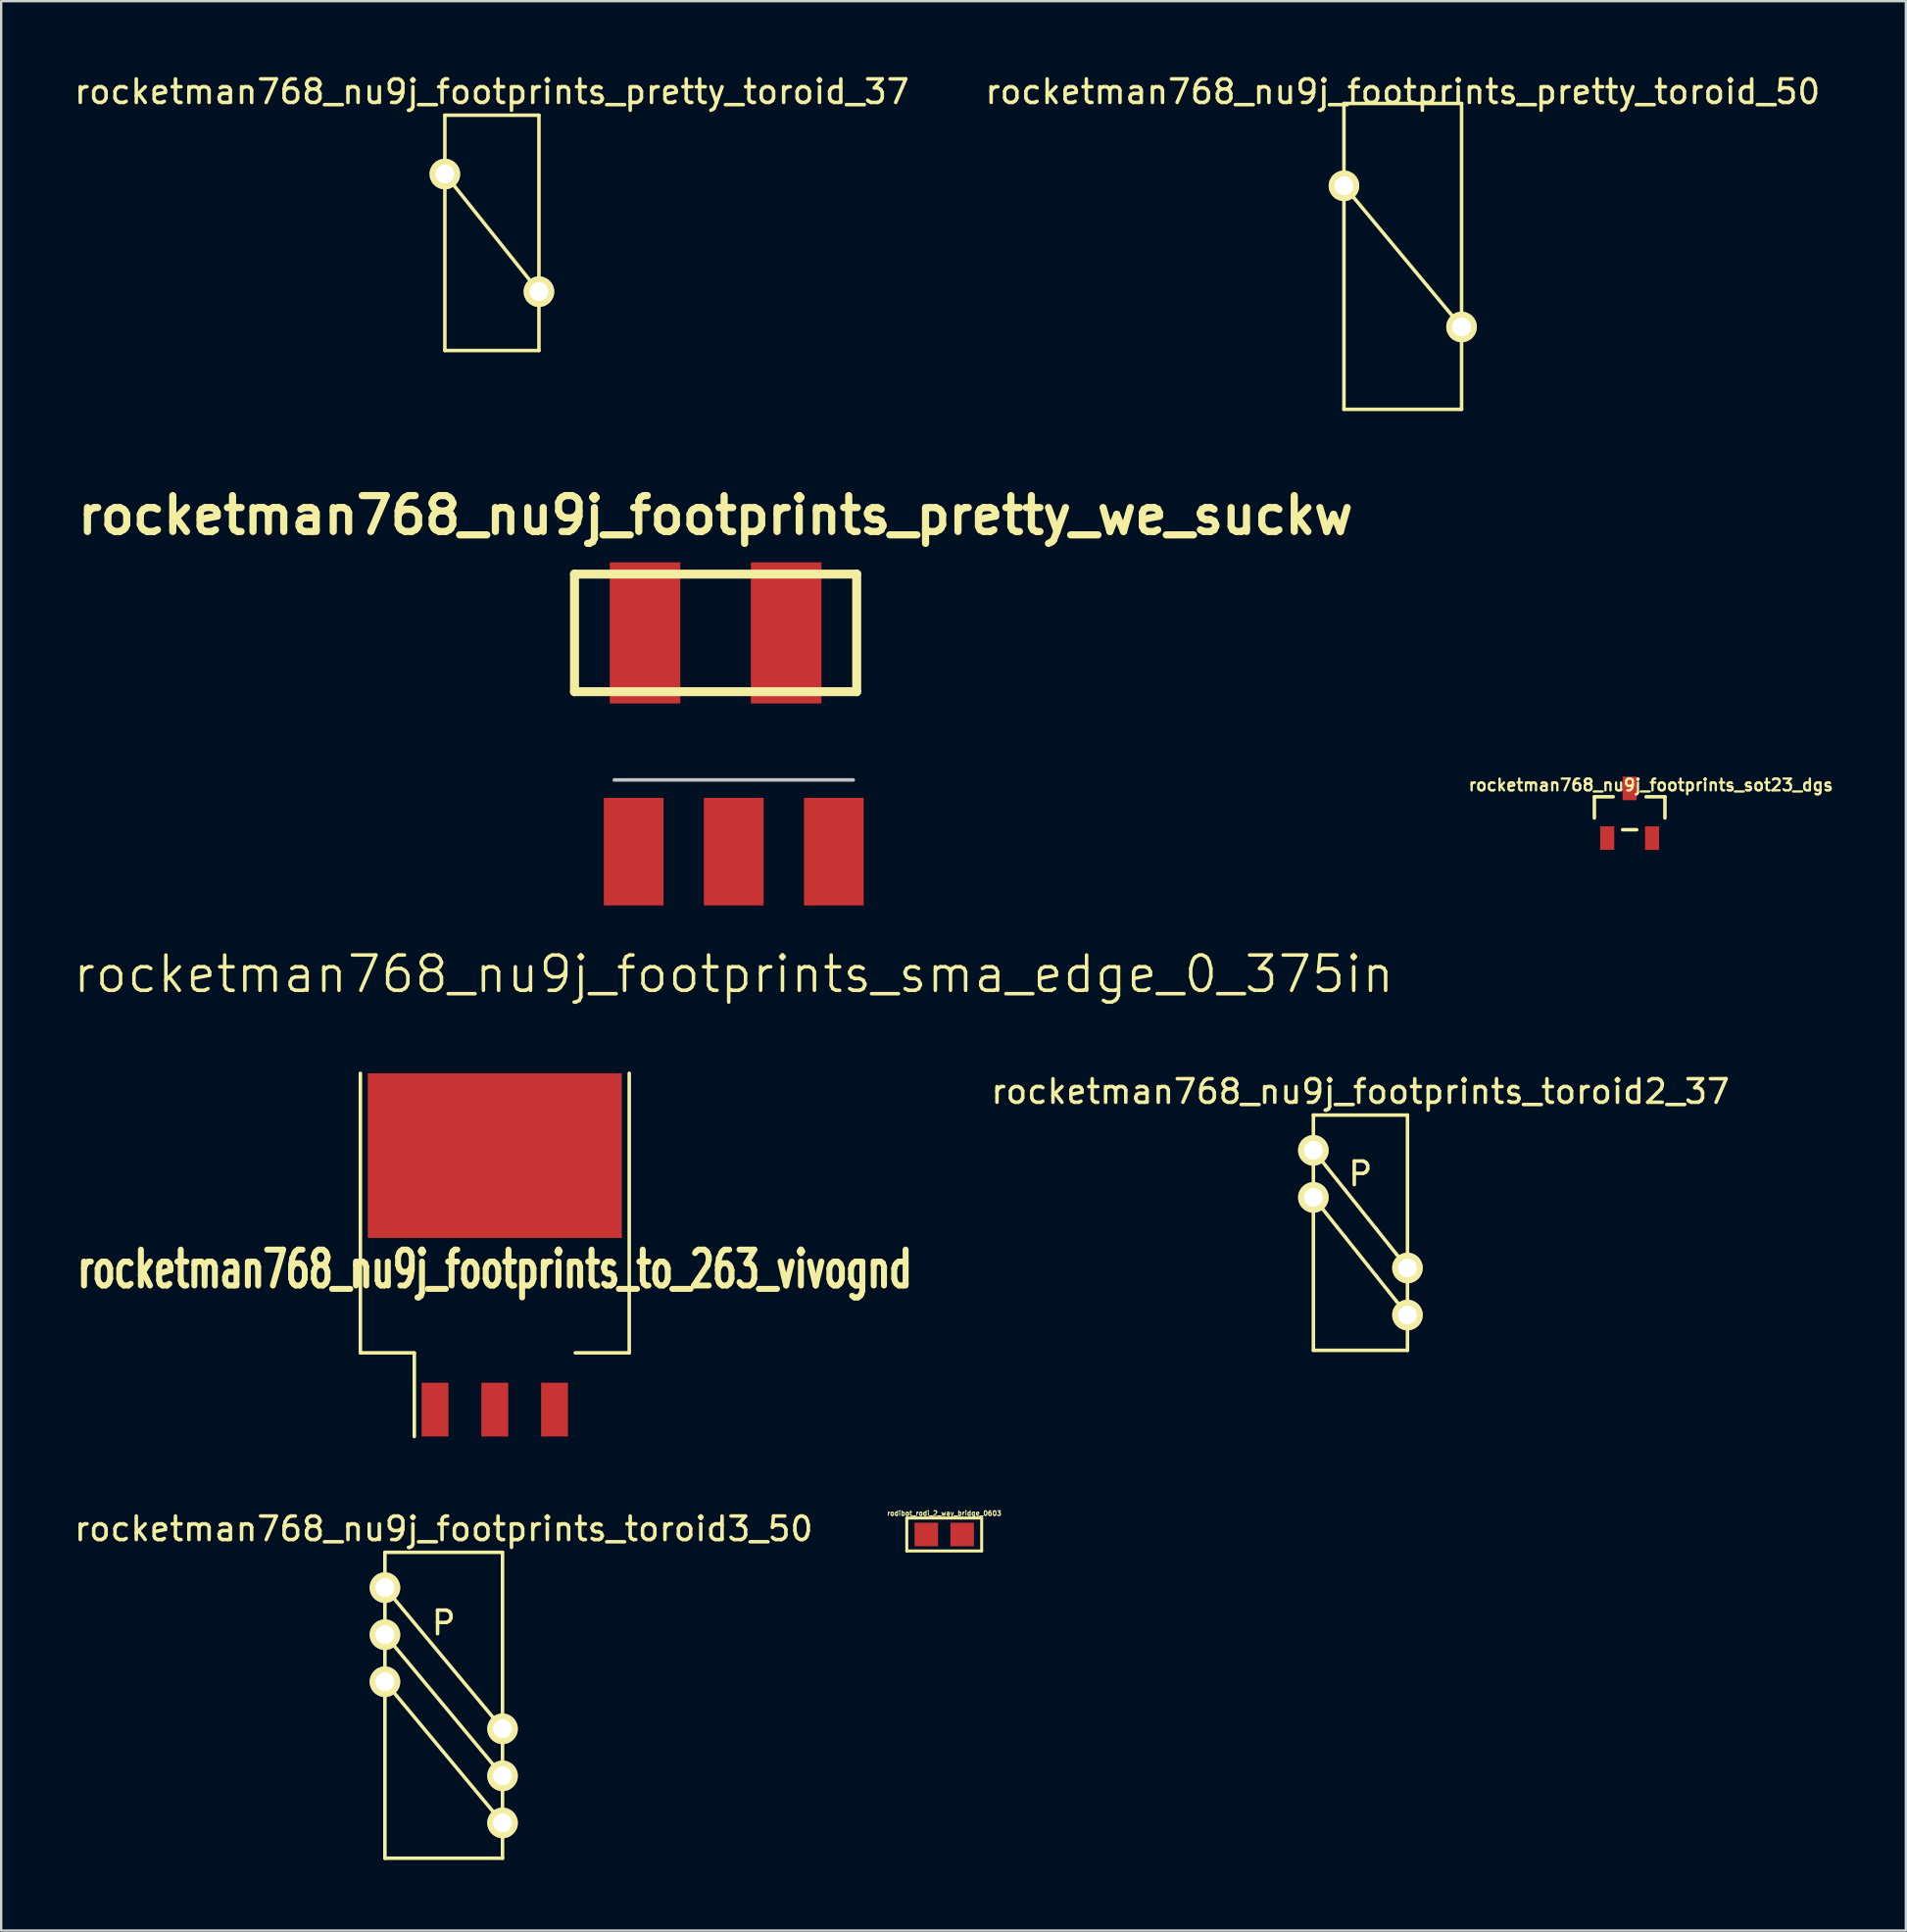
<source format=kicad_pcb>
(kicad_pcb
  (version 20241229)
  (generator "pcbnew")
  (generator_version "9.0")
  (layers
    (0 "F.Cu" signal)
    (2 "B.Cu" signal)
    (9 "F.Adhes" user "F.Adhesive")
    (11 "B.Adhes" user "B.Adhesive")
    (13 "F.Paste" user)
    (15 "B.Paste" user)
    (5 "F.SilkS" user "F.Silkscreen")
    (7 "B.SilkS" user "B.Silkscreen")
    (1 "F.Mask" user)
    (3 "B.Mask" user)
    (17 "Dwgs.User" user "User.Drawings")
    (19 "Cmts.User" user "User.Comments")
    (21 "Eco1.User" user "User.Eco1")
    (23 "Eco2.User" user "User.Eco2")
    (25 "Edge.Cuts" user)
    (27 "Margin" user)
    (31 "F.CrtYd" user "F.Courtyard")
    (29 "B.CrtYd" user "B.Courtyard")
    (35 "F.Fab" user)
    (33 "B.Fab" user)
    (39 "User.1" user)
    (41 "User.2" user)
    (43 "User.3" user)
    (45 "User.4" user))
  (footprint "rocketman768_nu9j_footprints_sma_edge_0_375in"
    (layer "F.Cu")
    (at 28.146 30.101)
    (property "Reference" "rocketman768_nu9j_footprints_sma_edge_0_375in" (at 0 8.255 0) (layer "F.SilkS") (effects (font (size 1.5 1.5) (thickness 0.15))))
    (attr through_hole)
    (fp_line (start -5.08 0) (end 5.08 0) (stroke (width 0.15) (type solid)) (layer "Dwgs.User"))
    (pad "1" smd rect (at 0 3.048) (size 2.54 4.572) (layers "F.Cu" "F.Mask" "F.Paste"))
    (pad "2" smd rect (at -4.255 3.048) (size 2.54 4.572) (layers "F.Cu" "F.Mask" "F.Paste"))
    (pad "2" smd rect (at 4.255 3.048) (size 2.54 4.572) (layers "F.Cu" "F.Mask" "F.Paste")))
  (footprint "rocketman768_nu9j_footprints_sot23_dgs"
    (layer "F.Cu")
    (at 66.235 31.517)
    (property "Reference" "rocketman768_nu9j_footprints_sot23_dgs" (at 0.9 -1.2 0) (layer "F.SilkS") (effects (font (size 0.5 0.5) (thickness 0.099))))
    (attr smd)
    (fp_line (start -1.5 -0.7) (end -0.7 -0.7) (stroke (width 0.15) (type solid)) (layer "F.SilkS"))
    (fp_line (start -1.5 0.2) (end -1.5 -0.7) (stroke (width 0.15) (type solid)) (layer "F.SilkS"))
    (fp_line (start 0.3 0.7) (end -0.3 0.7) (stroke (width 0.15) (type solid)) (layer "F.SilkS"))
    (fp_line (start 1.5 -0.7) (end 0.7 -0.7) (stroke (width 0.15) (type solid)) (layer "F.SilkS"))
    (fp_line (start 1.5 0.2) (end 1.5 -0.7) (stroke (width 0.15) (type solid)) (layer "F.SilkS"))
    (pad "D" smd rect (at 0 -1.057) (size 0.599 1.001) (layers "F.Cu" "F.Mask" "F.Paste"))
    (pad "G" smd rect (at -0.953 1.057) (size 0.599 1.001) (layers "F.Cu" "F.Mask" "F.Paste"))
    (pad "S" smd rect (at 0.953 1.057) (size 0.599 1.001) (layers "F.Cu" "F.Mask" "F.Paste")))
  (footprint "rocketman768_nu9j_footprints_to_263_vivognd"
    (layer "F.Cu")
    (at 17.987 56.865)
    (property "Reference" "rocketman768_nu9j_footprints_to_263_vivognd" (at 0 -5.969 0) (layer "F.SilkS") (effects (font (size 1.524 1.016) (thickness 0.254))))
    (attr smd)
    (fp_line (start -5.715 -2.413) (end -5.715 -14.294) (stroke (width 0.15) (type solid)) (layer "F.SilkS"))
    (fp_line (start -5.715 -2.413) (end -3.422 -2.413) (stroke (width 0.15) (type solid)) (layer "F.SilkS"))
    (fp_line (start -3.422 -2.4) (end -3.422 1.143) (stroke (width 0.15) (type solid)) (layer "F.SilkS"))
    (fp_line (start 3.422 -2.413) (end 5.715 -2.413) (stroke (width 0.15) (type solid)) (layer "F.SilkS"))
    (fp_line (start 5.715 -14.294) (end 5.715 -2.413) (stroke (width 0.15) (type solid)) (layer "F.SilkS"))
    (pad "GND" smd rect (at 0 -10.795) (size 10.8 6.998) (layers "F.Cu" "F.Mask" "F.Paste"))
    (pad "GND" smd rect (at 0 0) (size 1.143 2.286) (layers "F.Cu" "F.Mask" "F.Paste"))
    (pad "VI" smd rect (at -2.54 0) (size 1.143 2.286) (layers "F.Cu" "F.Mask" "F.Paste"))
    (pad "VO" smd rect (at 2.54 0) (size 1.143 2.286) (layers "F.Cu" "F.Mask" "F.Paste")))
  (footprint "rocketman768_nu9j_footprints_pretty_toroid_37"
    (layer "F.Cu")
    (at 17.863 6.848)
    (property "Reference" "rocketman768_nu9j_footprints_pretty_toroid_37" (at 0 -6 0) (layer "F.SilkS") (effects (font (size 1 1) (thickness 0.15))))
    (attr through_hole)
    (fp_line (start -2 -5) (end -2 5) (stroke (width 0.15) (type solid)) (layer "F.SilkS"))
    (fp_line (start -2 -2.5) (end 2 2.5) (stroke (width 0.15) (type solid)) (layer "F.SilkS"))
    (fp_line (start -2 5) (end 2 5) (stroke (width 0.15) (type solid)) (layer "F.SilkS"))
    (fp_line (start 2 -5) (end -2 -5) (stroke (width 0.15) (type solid)) (layer "F.SilkS"))
    (fp_line (start 2 5) (end 2 -5) (stroke (width 0.15) (type solid)) (layer "F.SilkS"))
    (pad "1" thru_hole circle (at -2 -2.5) (size 1.3 1.3) (drill 0.8) (layers "*.Cu" "*.Mask" "F.SilkS"))
    (pad "2" thru_hole circle (at 2 2.5) (size 1.3 1.3) (drill 0.8) (layers "*.Cu" "*.Mask" "F.SilkS")))
  (footprint "rocketman768_nu9j_footprints_toroid2_37"
    (layer "F.Cu")
    (at 54.789 49.345)
    (property "Reference" "rocketman768_nu9j_footprints_toroid2_37" (at 0 -6 0) (layer "F.SilkS") (effects (font (size 1 1) (thickness 0.15))))
    (attr through_hole)
    (fp_line (start -2 -5) (end -2 5) (stroke (width 0.15) (type solid)) (layer "F.SilkS"))
    (fp_line (start -2 -3.5) (end 2 1.5) (stroke (width 0.15) (type solid)) (layer "F.SilkS"))
    (fp_line (start -2 -1.5) (end 2 3.5) (stroke (width 0.15) (type solid)) (layer "F.SilkS"))
    (fp_line (start -2 5) (end 2 5) (stroke (width 0.15) (type solid)) (layer "F.SilkS"))
    (fp_line (start 2 -5) (end -2 -5) (stroke (width 0.15) (type solid)) (layer "F.SilkS"))
    (fp_line (start 2 5) (end 2 -5) (stroke (width 0.15) (type solid)) (layer "F.SilkS"))
    (fp_text user "P" (at 0 -2.5 0) (layer "F.SilkS") (effects (font (size 1 1) (thickness 0.15))))
    (pad "1" thru_hole circle (at -2 -3.5) (size 1.3 1.3) (drill 0.8) (layers "*.Cu" "*.Mask" "F.SilkS"))
    (pad "2" thru_hole circle (at 2 1.5) (size 1.3 1.3) (drill 0.8) (layers "*.Cu" "*.Mask" "F.SilkS"))
    (pad "3" thru_hole circle (at -2 -1.5) (size 1.3 1.3) (drill 0.8) (layers "*.Cu" "*.Mask" "F.SilkS"))
    (pad "4" thru_hole circle (at 2 3.5) (size 1.3 1.3) (drill 0.8) (layers "*.Cu" "*.Mask" "F.SilkS")))
  (footprint "rocketman768_nu9j_footprints_pretty_we_suckw"
    (layer "F.Cu")
    (at 27.374 23.851)
    (property "Reference" "rocketman768_nu9j_footprints_pretty_we_suckw" (at 0 -5.001 0) (layer "F.SilkS") (effects (font (size 1.524 1.524) (thickness 0.305))))
    (attr through_hole)
    (fp_line (start -5.999 -2.499) (end -5.999 2.499) (stroke (width 0.381) (type solid)) (layer "F.SilkS"))
    (fp_line (start -5.999 2.499) (end 5.999 2.499) (stroke (width 0.381) (type solid)) (layer "F.SilkS"))
    (fp_line (start 5.999 -2.499) (end -5.999 -2.499) (stroke (width 0.381) (type solid)) (layer "F.SilkS"))
    (fp_line (start 5.999 2.499) (end 5.999 -2.499) (stroke (width 0.381) (type solid)) (layer "F.SilkS"))
    (pad "1" smd rect (at -3 0) (size 3 5.999) (layers "F.Cu" "F.Mask" "F.Paste"))
    (pad "2" smd rect (at 3 0) (size 3 5.999) (layers "F.Cu" "F.Mask" "F.Paste")))
  (footprint "rocketman768_nu9j_footprints_toroid3_50"
    (layer "F.Cu")
    (at 15.815 69.432)
    (property "Reference" "rocketman768_nu9j_footprints_toroid3_50" (at 0 -7.5 0) (layer "F.SilkS") (effects (font (size 1 1) (thickness 0.15))))
    (attr through_hole)
    (fp_line (start -2.5 -6.5) (end 2.5 -6.5) (stroke (width 0.15) (type solid)) (layer "F.SilkS"))
    (fp_line (start -2.5 -3) (end 2.5 3) (stroke (width 0.15) (type solid)) (layer "F.SilkS"))
    (fp_line (start -2.5 -1) (end 2.5 5) (stroke (width 0.15) (type solid)) (layer "F.SilkS"))
    (fp_line (start -2.5 6.5) (end -2.5 -6.5) (stroke (width 0.15) (type solid)) (layer "F.SilkS"))
    (fp_line (start 2.5 -6.5) (end 2.5 6.5) (stroke (width 0.15) (type solid)) (layer "F.SilkS"))
    (fp_line (start 2.5 1) (end -2.5 -5) (stroke (width 0.15) (type solid)) (layer "F.SilkS"))
    (fp_line (start 2.5 6.5) (end -2.5 6.5) (stroke (width 0.15) (type solid)) (layer "F.SilkS"))
    (fp_text user "P" (at 0 -3.5 0) (layer "F.SilkS") (effects (font (size 1 1) (thickness 0.15))))
    (pad "1" thru_hole circle (at -2.5 -5) (size 1.3 1.3) (drill 0.8) (layers "*.Cu" "*.Mask" "F.SilkS"))
    (pad "2" thru_hole circle (at 2.5 1) (size 1.3 1.3) (drill 0.8) (layers "*.Cu" "*.Mask" "F.SilkS"))
    (pad "3" thru_hole circle (at -2.5 -3) (size 1.3 1.3) (drill 0.8) (layers "*.Cu" "*.Mask" "F.SilkS"))
    (pad "4" thru_hole circle (at 2.5 3) (size 1.3 1.3) (drill 0.8) (layers "*.Cu" "*.Mask" "F.SilkS"))
    (pad "5" thru_hole circle (at -2.5 -1) (size 1.3 1.3) (drill 0.8) (layers "*.Cu" "*.Mask" "F.SilkS"))
    (pad "6" thru_hole circle (at 2.5 5) (size 1.3 1.3) (drill 0.8) (layers "*.Cu" "*.Mask" "F.SilkS")))
  (footprint "rodibot_rodi_2_way_bridge_0603"
    (layer "F.Cu")
    (at 37.094 62.172)
    (property "Reference" "rodibot_rodi_2_way_bridge_0603" (at 0 -0.9 0) (layer "F.SilkS") (effects (font (size 0.201 0.201) (thickness 0.041))))
    (attr through_hole)
    (fp_line (start -1.592 -0.7) (end -1.592 0.7) (stroke (width 0.127) (type solid)) (layer "F.SilkS"))
    (fp_line (start -1.592 -0.7) (end 1.592 -0.7) (stroke (width 0.127) (type solid)) (layer "F.SilkS"))
    (fp_line (start 1.592 -0.7) (end 1.592 0.7) (stroke (width 0.127) (type solid)) (layer "F.SilkS"))
    (fp_line (start 1.592 0.7) (end -1.592 0.7) (stroke (width 0.127) (type solid)) (layer "F.SilkS"))
    (pad "1" smd rect (at 0.762 0) (size 1 1) (layers "F.Cu" "F.Mask" "F.Paste"))
    (pad "2" smd rect (at -0.762 0) (size 1 1) (layers "F.Cu" "F.Mask" "F.Paste")))
  (footprint "rocketman768_nu9j_footprints_pretty_toroid_50"
    (layer "F.Cu")
    (at 56.589 7.848)
    (property "Reference" "rocketman768_nu9j_footprints_pretty_toroid_50" (at 0 -7 0) (layer "F.SilkS") (effects (font (size 1 1) (thickness 0.15))))
    (attr through_hole)
    (fp_line (start -2.5 -6.5) (end 2.5 -6.5) (stroke (width 0.15) (type solid)) (layer "F.SilkS"))
    (fp_line (start -2.5 -3) (end 2.5 3) (stroke (width 0.15) (type solid)) (layer "F.SilkS"))
    (fp_line (start -2.5 6.5) (end -2.5 -6.5) (stroke (width 0.15) (type solid)) (layer "F.SilkS"))
    (fp_line (start 2.5 -6.5) (end 2.5 6.5) (stroke (width 0.15) (type solid)) (layer "F.SilkS"))
    (fp_line (start 2.5 6.5) (end -2.5 6.5) (stroke (width 0.15) (type solid)) (layer "F.SilkS"))
    (pad "1" thru_hole circle (at -2.5 -3) (size 1.3 1.3) (drill 0.8) (layers "*.Cu" "*.Mask" "F.SilkS"))
    (pad "2" thru_hole circle (at 2.5 3) (size 1.3 1.3) (drill 0.8) (layers "*.Cu" "*.Mask" "F.SilkS")))
  (gr_rect
    (start -3 -3)
    (end 77.978 79.007)
    (stroke (width 0.1) (type default))
    (fill no)
    (layer "Edge.Cuts")))
</source>
